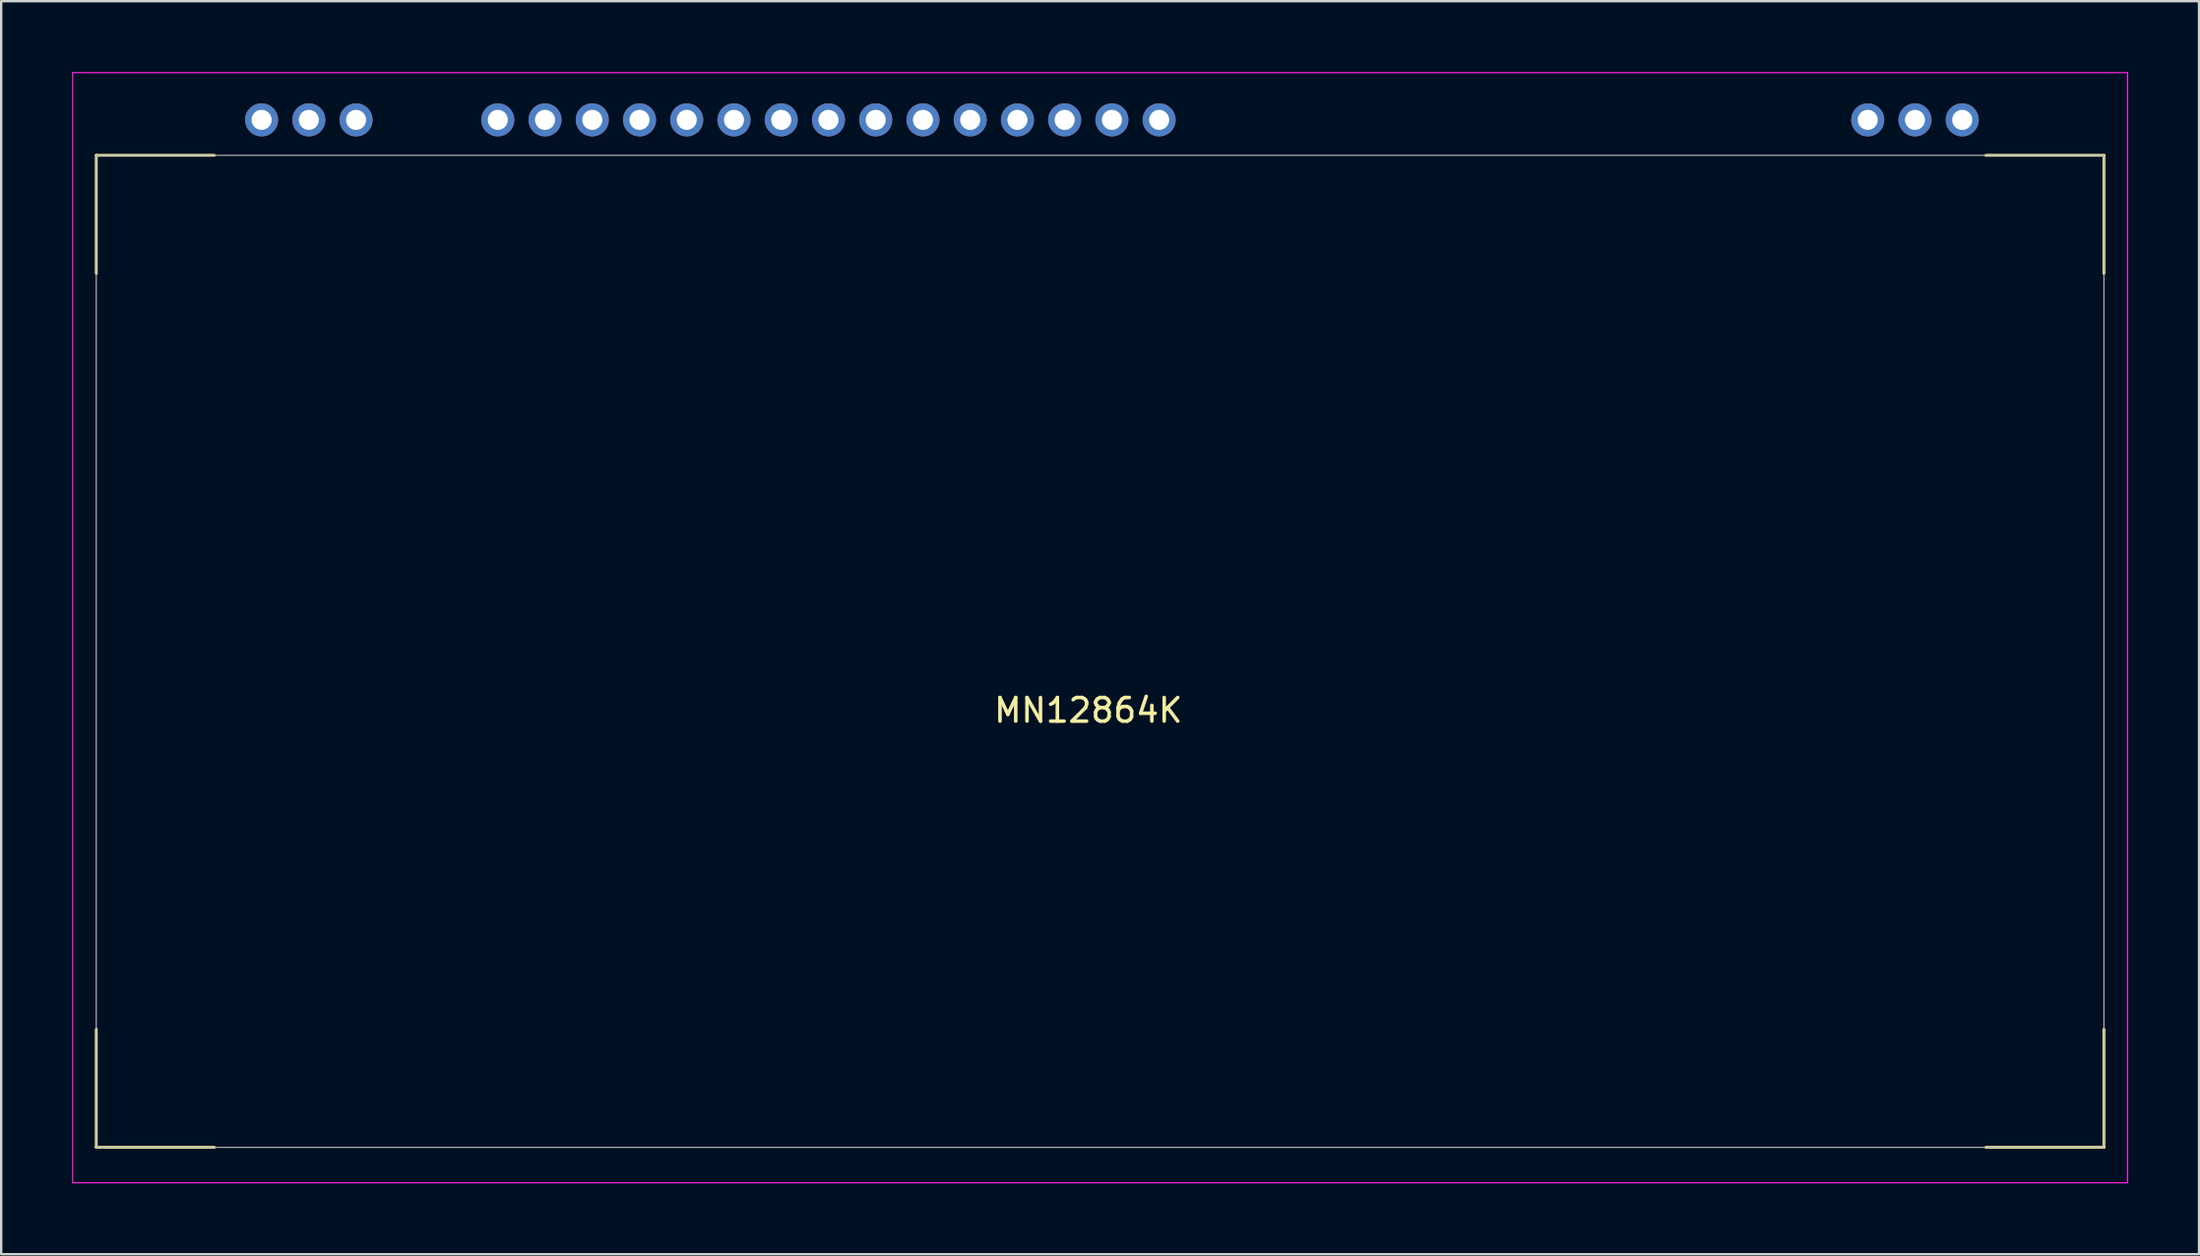
<source format=kicad_pcb>
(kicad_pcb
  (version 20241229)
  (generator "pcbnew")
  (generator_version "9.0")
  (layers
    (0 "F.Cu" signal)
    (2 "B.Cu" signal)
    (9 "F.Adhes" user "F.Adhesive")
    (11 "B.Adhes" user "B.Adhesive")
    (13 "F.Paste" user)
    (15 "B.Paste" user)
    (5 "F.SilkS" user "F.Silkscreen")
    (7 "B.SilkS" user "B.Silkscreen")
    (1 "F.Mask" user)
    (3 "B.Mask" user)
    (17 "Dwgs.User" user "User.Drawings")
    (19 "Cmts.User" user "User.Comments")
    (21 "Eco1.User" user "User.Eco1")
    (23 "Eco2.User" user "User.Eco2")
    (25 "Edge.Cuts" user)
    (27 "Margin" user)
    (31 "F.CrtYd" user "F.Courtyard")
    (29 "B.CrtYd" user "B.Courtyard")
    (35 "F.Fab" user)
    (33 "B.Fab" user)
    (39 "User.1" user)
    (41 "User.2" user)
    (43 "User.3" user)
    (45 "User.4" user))
  (footprint "MN12864K"
    (layer "F.Cu")
    (at 8.025 2.025)
    (property "Reference" "MN12864K" (at 35 25 0) (layer "F.SilkS") (effects (font (size 1 1) (thickness 0.15))))
    (attr through_hole)
    (fp_line (start -7 1.5) (end -7 6.5) (stroke (width 0.12) (type solid)) (layer "F.SilkS"))
    (fp_line (start -7 38.5) (end -7 43.5) (stroke (width 0.12) (type solid)) (layer "F.SilkS"))
    (fp_line (start -7 43.5) (end -2 43.5) (stroke (width 0.12) (type solid)) (layer "F.SilkS"))
    (fp_line (start -2 1.5) (end -7 1.5) (stroke (width 0.12) (type solid)) (layer "F.SilkS"))
    (fp_line (start 73 1.5) (end 78 1.5) (stroke (width 0.12) (type solid)) (layer "F.SilkS"))
    (fp_line (start 78 1.5) (end 78 6.5) (stroke (width 0.12) (type solid)) (layer "F.SilkS"))
    (fp_line (start 78 38.5) (end 78 43.5) (stroke (width 0.12) (type solid)) (layer "F.SilkS"))
    (fp_line (start 78 43.5) (end 73 43.5) (stroke (width 0.12) (type solid)) (layer "F.SilkS"))
    (fp_line (start -8 -2) (end 79 -2) (stroke (width 0.05) (type solid)) (layer "F.CrtYd"))
    (fp_line (start -8 45) (end -8 -2) (stroke (width 0.05) (type solid)) (layer "F.CrtYd"))
    (fp_line (start 79 -2) (end 79 45) (stroke (width 0.05) (type solid)) (layer "F.CrtYd"))
    (fp_line (start 79 45) (end -8 45) (stroke (width 0.05) (type solid)) (layer "F.CrtYd"))
    (fp_line (start -7 1.5) (end 78 1.5) (stroke (width 0.05) (type solid)) (layer "F.Fab"))
    (fp_line (start -7 43.5) (end -7 1.5) (stroke (width 0.05) (type solid)) (layer "F.Fab"))
    (fp_line (start 78 1.5) (end 78 43.5) (stroke (width 0.05) (type solid)) (layer "F.Fab"))
    (fp_line (start 78 43.5) (end -7 43.5) (stroke (width 0.05) (type solid)) (layer "F.Fab"))
    (pad "1" thru_hole circle (at 0 0) (size 1.4 1.4) (drill 0.85) (layers "*.Cu" "*.Mask"))
    (pad "2" thru_hole circle (at 2 0) (size 1.4 1.4) (drill 0.85) (layers "*.Cu" "*.Mask"))
    (pad "3" thru_hole circle (at 4 0) (size 1.4 1.4) (drill 0.85) (layers "*.Cu" "*.Mask"))
    (pad "6" thru_hole circle (at 10 0) (size 1.4 1.4) (drill 0.85) (layers "*.Cu" "*.Mask"))
    (pad "7" thru_hole circle (at 12 0) (size 1.4 1.4) (drill 0.85) (layers "*.Cu" "*.Mask"))
    (pad "8" thru_hole circle (at 14 0) (size 1.4 1.4) (drill 0.85) (layers "*.Cu" "*.Mask"))
    (pad "9" thru_hole circle (at 16 0) (size 1.4 1.4) (drill 0.85) (layers "*.Cu" "*.Mask"))
    (pad "10" thru_hole circle (at 18 0) (size 1.4 1.4) (drill 0.85) (layers "*.Cu" "*.Mask"))
    (pad "11" thru_hole circle (at 20 0) (size 1.4 1.4) (drill 0.85) (layers "*.Cu" "*.Mask"))
    (pad "12" thru_hole circle (at 22 0) (size 1.4 1.4) (drill 0.85) (layers "*.Cu" "*.Mask"))
    (pad "13" thru_hole circle (at 24 0) (size 1.4 1.4) (drill 0.85) (layers "*.Cu" "*.Mask"))
    (pad "14" thru_hole circle (at 26 0) (size 1.4 1.4) (drill 0.85) (layers "*.Cu" "*.Mask"))
    (pad "15" thru_hole circle (at 28 0) (size 1.4 1.4) (drill 0.85) (layers "*.Cu" "*.Mask"))
    (pad "16" thru_hole circle (at 30 0) (size 1.4 1.4) (drill 0.85) (layers "*.Cu" "*.Mask"))
    (pad "17" thru_hole circle (at 32 0) (size 1.4 1.4) (drill 0.85) (layers "*.Cu" "*.Mask"))
    (pad "18" thru_hole circle (at 34 0) (size 1.4 1.4) (drill 0.85) (layers "*.Cu" "*.Mask"))
    (pad "19" thru_hole circle (at 36 0) (size 1.4 1.4) (drill 0.85) (layers "*.Cu" "*.Mask"))
    (pad "20" thru_hole circle (at 38 0) (size 1.4 1.4) (drill 0.85) (layers "*.Cu" "*.Mask"))
    (pad "35" thru_hole circle (at 68 0) (size 1.4 1.4) (drill 0.85) (layers "*.Cu" "*.Mask"))
    (pad "36" thru_hole circle (at 70 0) (size 1.4 1.4) (drill 0.85) (layers "*.Cu" "*.Mask"))
    (pad "37" thru_hole circle (at 72 0) (size 1.4 1.4) (drill 0.85) (layers "*.Cu" "*.Mask")))
  (gr_rect
    (start -3 -3)
    (end 90.05 50.05)
    (stroke (width 0.1) (type default))
    (fill no)
    (layer "Edge.Cuts")))
</source>
